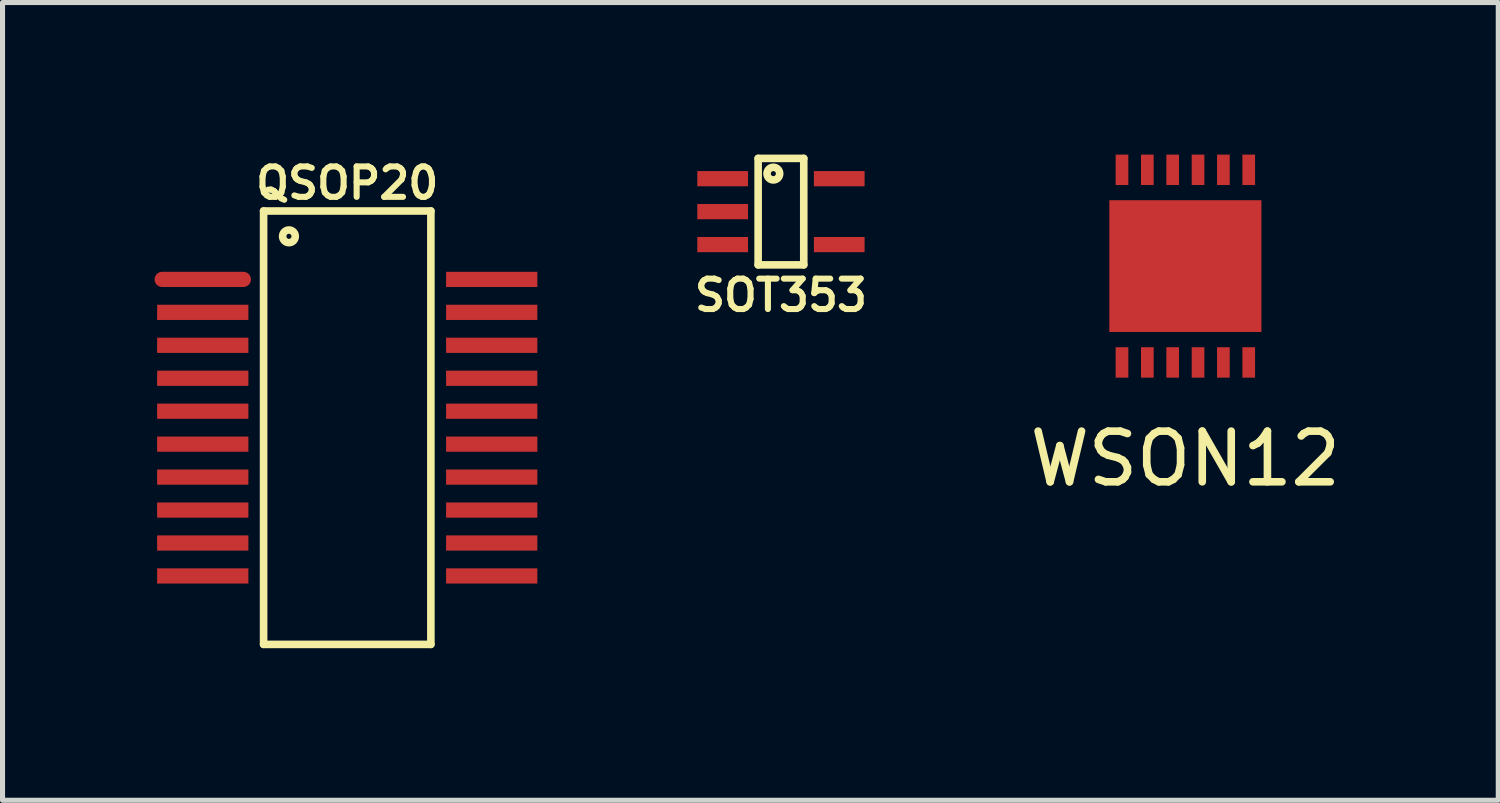
<source format=kicad_pcb>
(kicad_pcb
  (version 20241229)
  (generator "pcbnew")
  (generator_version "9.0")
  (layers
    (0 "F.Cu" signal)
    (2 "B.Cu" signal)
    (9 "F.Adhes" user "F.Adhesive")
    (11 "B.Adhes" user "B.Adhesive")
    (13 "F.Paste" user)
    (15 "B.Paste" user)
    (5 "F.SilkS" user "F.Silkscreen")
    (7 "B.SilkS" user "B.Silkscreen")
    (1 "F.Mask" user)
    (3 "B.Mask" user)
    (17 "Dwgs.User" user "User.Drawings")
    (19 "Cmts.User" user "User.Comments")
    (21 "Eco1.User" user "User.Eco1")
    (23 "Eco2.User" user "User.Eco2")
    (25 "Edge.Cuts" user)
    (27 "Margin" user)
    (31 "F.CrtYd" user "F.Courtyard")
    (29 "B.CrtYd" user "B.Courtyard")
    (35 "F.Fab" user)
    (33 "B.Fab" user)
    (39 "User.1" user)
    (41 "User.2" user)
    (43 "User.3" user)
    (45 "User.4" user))
  (footprint "QSOP20"
    (layer "F.Cu")
    (at 0.95 2.462)
    (property "Reference" "QSOP20" (at 2.85 -1.9 0) (layer "F.SilkS") (effects (font (size 0.6 0.6) (thickness 0.12))))
    (attr through_hole)
    (fp_line (start 1.2 -1.35) (end 1.2 7.2) (stroke (width 0.15) (type solid)) (layer "F.SilkS"))
    (fp_line (start 1.2 -1.35) (end 4.5 -1.35) (stroke (width 0.15) (type solid)) (layer "F.SilkS"))
    (fp_line (start 1.2 7.2) (end 4.5 7.2) (stroke (width 0.15) (type solid)) (layer "F.SilkS"))
    (fp_line (start 4.5 7.2) (end 4.5 -1.35) (stroke (width 0.15) (type solid)) (layer "F.SilkS"))
    (fp_circle (center 1.7 -0.85) (end 1.75 -0.85) (stroke (width 0.15) (type solid)) (fill no) (layer "F.SilkS"))
    (pad "1" smd oval (at 0 0) (size 1.9 0.3) (layers "F.Cu" "F.Mask" "F.Paste"))
    (pad "2" smd rect (at 0 0.65) (size 1.8 0.3) (layers "F.Cu" "F.Mask" "F.Paste"))
    (pad "3" smd rect (at 0 1.3) (size 1.8 0.3) (layers "F.Cu" "F.Mask" "F.Paste"))
    (pad "4" smd rect (at 0 1.95) (size 1.8 0.3) (layers "F.Cu" "F.Mask" "F.Paste"))
    (pad "5" smd rect (at 0 2.6) (size 1.8 0.3) (layers "F.Cu" "F.Mask" "F.Paste"))
    (pad "6" smd rect (at 0 3.25) (size 1.8 0.3) (layers "F.Cu" "F.Mask" "F.Paste"))
    (pad "7" smd rect (at 0 3.9) (size 1.8 0.3) (layers "F.Cu" "F.Mask" "F.Paste"))
    (pad "8" smd rect (at 0 4.55) (size 1.8 0.3) (layers "F.Cu" "F.Mask" "F.Paste"))
    (pad "9" smd rect (at 0 5.2) (size 1.8 0.3) (layers "F.Cu" "F.Mask" "F.Paste"))
    (pad "10" smd rect (at 0 5.85) (size 1.8 0.3) (layers "F.Cu" "F.Mask" "F.Paste"))
    (pad "11" smd rect (at 5.7 5.85) (size 1.8 0.3) (layers "F.Cu" "F.Mask" "F.Paste"))
    (pad "12" smd rect (at 5.7 5.2) (size 1.8 0.3) (layers "F.Cu" "F.Mask" "F.Paste"))
    (pad "13" smd rect (at 5.7 4.55) (size 1.8 0.3) (layers "F.Cu" "F.Mask" "F.Paste"))
    (pad "14" smd rect (at 5.7 3.9) (size 1.8 0.3) (layers "F.Cu" "F.Mask" "F.Paste"))
    (pad "15" smd rect (at 5.7 3.25) (size 1.8 0.3) (layers "F.Cu" "F.Mask" "F.Paste"))
    (pad "16" smd rect (at 5.7 2.6) (size 1.8 0.3) (layers "F.Cu" "F.Mask" "F.Paste"))
    (pad "17" smd rect (at 5.7 1.95) (size 1.8 0.3) (layers "F.Cu" "F.Mask" "F.Paste"))
    (pad "18" smd rect (at 5.7 1.3) (size 1.8 0.3) (layers "F.Cu" "F.Mask" "F.Paste"))
    (pad "19" smd rect (at 5.7 0.65) (size 1.8 0.3) (layers "F.Cu" "F.Mask" "F.Paste"))
    (pad "20" smd rect (at 5.7 0) (size 1.8 0.3) (layers "F.Cu" "F.Mask" "F.Paste")))
  (footprint "SOT353"
    (layer "F.Cu")
    (at 11.206 0.475)
    (property "Reference" "SOT353" (at 1.15 2.3 0) (layer "F.SilkS") (effects (font (size 0.6 0.6) (thickness 0.12))))
    (attr through_hole)
    (fp_line (start 0.7 -0.4) (end 1.6 -0.4) (stroke (width 0.15) (type solid)) (layer "F.SilkS"))
    (fp_line (start 0.7 1.7) (end 0.7 -0.4) (stroke (width 0.15) (type solid)) (layer "F.SilkS"))
    (fp_line (start 0.7 1.7) (end 1.6 1.7) (stroke (width 0.15) (type solid)) (layer "F.SilkS"))
    (fp_line (start 1.6 1.7) (end 1.6 -0.4) (stroke (width 0.15) (type solid)) (layer "F.SilkS"))
    (fp_circle (center 1 -0.1) (end 1.05 -0.1) (stroke (width 0.15) (type solid)) (fill no) (layer "F.SilkS"))
    (pad "1" smd rect (at 0 0) (size 1 0.3) (layers "F.Cu" "F.Mask" "F.Paste"))
    (pad "2" smd rect (at 0 0.65) (size 1 0.3) (layers "F.Cu" "F.Mask" "F.Paste"))
    (pad "3" smd rect (at 0 1.3) (size 1 0.3) (layers "F.Cu" "F.Mask" "F.Paste"))
    (pad "4" smd rect (at 2.3 1.3) (size 1 0.3) (layers "F.Cu" "F.Mask" "F.Paste"))
    (pad "5" smd rect (at 2.3 0) (size 1 0.3) (layers "F.Cu" "F.Mask" "F.Paste")))
  (footprint "WSON12"
    (layer "F.Cu")
    (at 20.334 2.2)
    (property "Reference" "WSON12" (at 0 3.8 0) (layer "F.SilkS") (effects (font (size 1 1) (thickness 0.15))))
    (attr through_hole)
    (pad "1" smd rect (at 1.25 -1.9) (size 0.25 0.6) (layers "F.Cu" "F.Mask" "F.Paste"))
    (pad "2" smd rect (at 0.75 -1.9) (size 0.25 0.6) (layers "F.Cu" "F.Mask" "F.Paste"))
    (pad "3" smd rect (at 0.25 -1.9) (size 0.25 0.6) (layers "F.Cu" "F.Mask" "F.Paste"))
    (pad "4" smd rect (at -0.25 -1.9) (size 0.25 0.6) (layers "F.Cu" "F.Mask" "F.Paste"))
    (pad "5" smd rect (at -0.75 -1.9) (size 0.25 0.6) (layers "F.Cu" "F.Mask" "F.Paste"))
    (pad "6" smd rect (at -1.25 -1.9) (size 0.25 0.6) (layers "F.Cu" "F.Mask" "F.Paste"))
    (pad "7" smd rect (at -1.25 1.9) (size 0.25 0.6) (layers "F.Cu" "F.Mask" "F.Paste"))
    (pad "8" smd rect (at -0.75 1.9) (size 0.25 0.6) (layers "F.Cu" "F.Mask" "F.Paste"))
    (pad "9" smd rect (at -0.25 1.9) (size 0.25 0.6) (layers "F.Cu" "F.Mask" "F.Paste"))
    (pad "10" smd rect (at 0.25 1.9) (size 0.25 0.6) (layers "F.Cu" "F.Mask" "F.Paste"))
    (pad "11" smd rect (at 0.75 1.9) (size 0.25 0.6) (layers "F.Cu" "F.Mask" "F.Paste"))
    (pad "12" smd rect (at 1.25 1.9) (size 0.25 0.6) (layers "F.Cu" "F.Mask" "F.Paste"))
    (pad "13" smd rect (at 0 0) (size 3 2.6) (layers "F.Cu" "F.Mask" "F.Paste")))
  (gr_rect
    (start -3 -3)
    (end 26.507 12.737)
    (stroke (width 0.1) (type default))
    (fill no)
    (layer "Edge.Cuts")))
</source>
